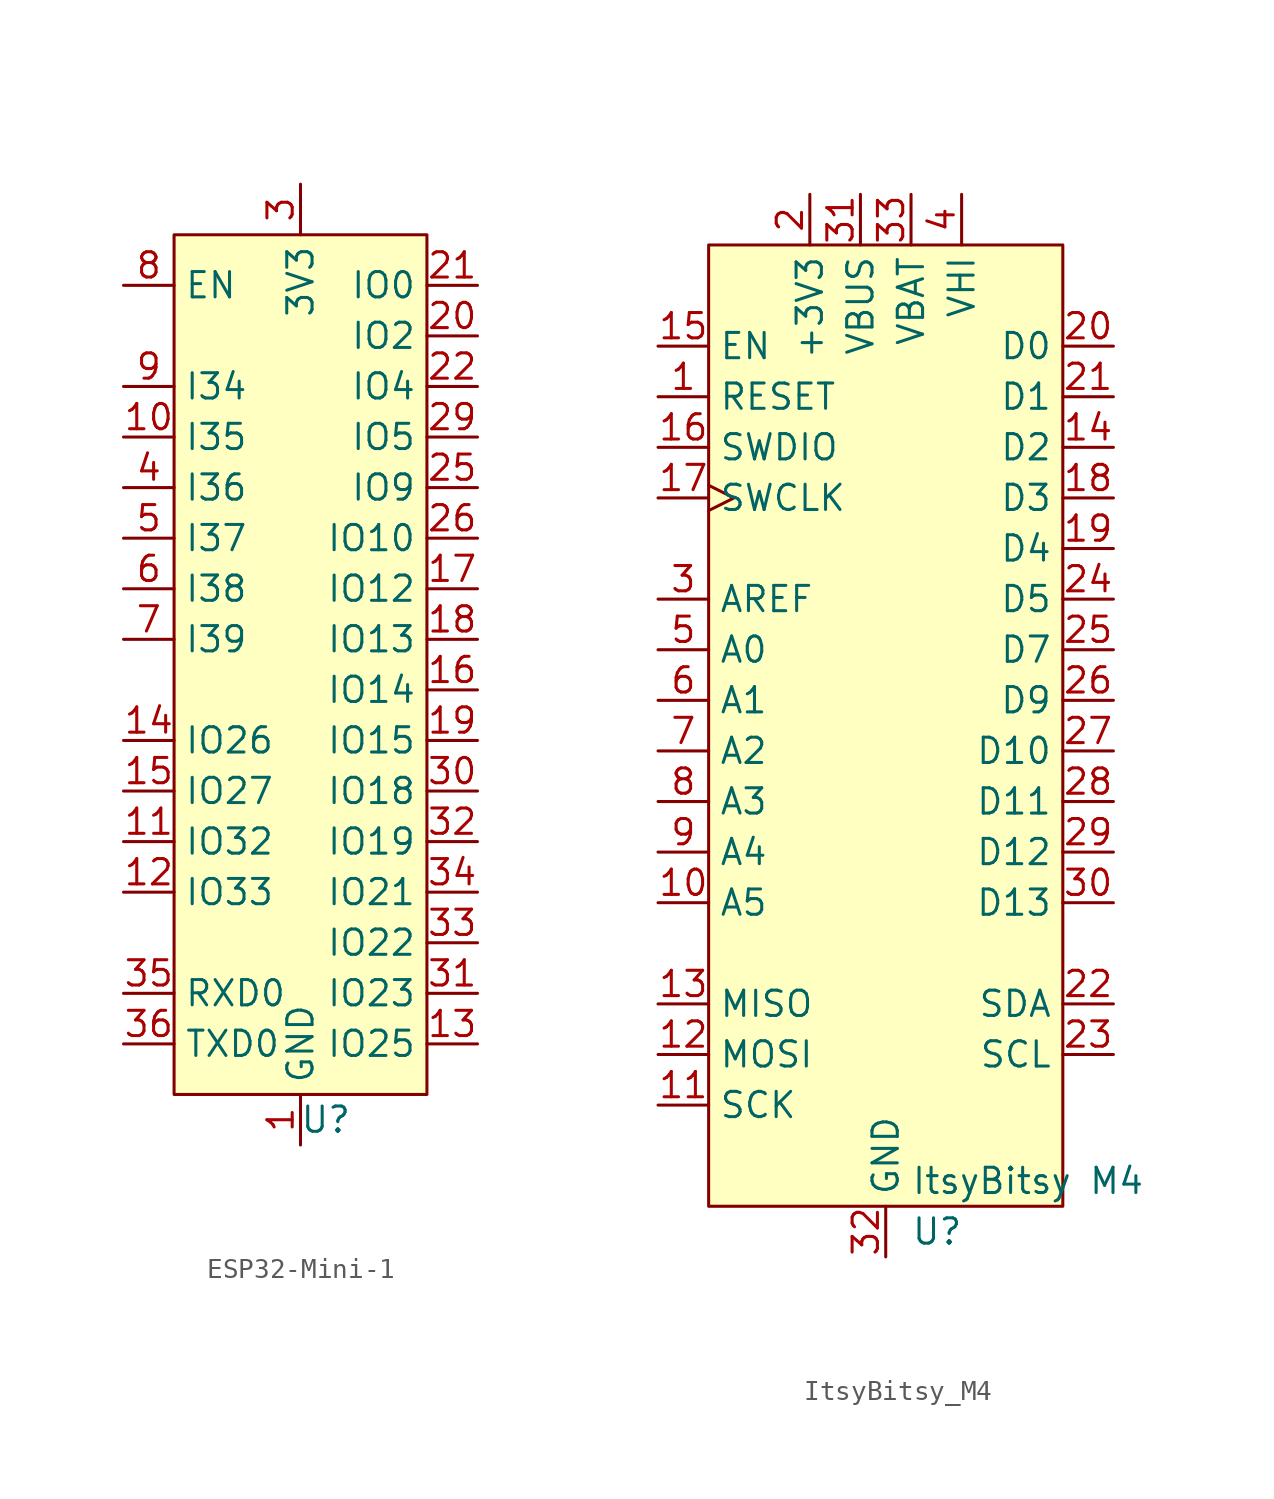
<source format=kicad_sym>
(kicad_symbol_lib
  (version 20231120)
  (generator "kicad_symbol_editor")
  (generator_version "8.0")
  (symbol "ESP32-Mini-1"
    (property "Reference" "U"
      (at 1.27 -22.86 0)
      (effects (font (size 1.27 1.27))))
    (property "Value" ""
      (at 0 -24.13 90)
      (effects (font (size 1.27 1.27))))
    (symbol "ESP32-Mini-1_0_0"
      (pin passive line (at 0 -24.13 90) (length 2.54) (name "GND" (effects (font (size 1.27 1.27)))) (number "1" (effects (font (size 1.27 1.27)))))
      (pin input line (at -8.89 11.43 0) (length 2.54) (name "I35" (effects (font (size 1.27 1.27)))) (number "10" (effects (font (size 1.27 1.27)))))
      (pin bidirectional line (at -8.89 -8.89 0) (length 2.54) (name "IO32" (effects (font (size 1.27 1.27)))) (number "11" (effects (font (size 1.27 1.27)))))
      (pin bidirectional line (at -8.89 -11.43 0) (length 2.54) (name "IO33" (effects (font (size 1.27 1.27)))) (number "12" (effects (font (size 1.27 1.27)))))
      (pin bidirectional line (at 8.89 -19.05 180) (length 2.54) (name "IO25" (effects (font (size 1.27 1.27)))) (number "13" (effects (font (size 1.27 1.27)))))
      (pin bidirectional line (at -8.89 -3.81 0) (length 2.54) (name "IO26" (effects (font (size 1.27 1.27)))) (number "14" (effects (font (size 1.27 1.27)))))
      (pin bidirectional line (at -8.89 -6.35 0) (length 2.54) (name "IO27" (effects (font (size 1.27 1.27)))) (number "15" (effects (font (size 1.27 1.27)))))
      (pin bidirectional line (at 8.89 -1.27 180) (length 2.54) (name "IO14" (effects (font (size 1.27 1.27)))) (number "16" (effects (font (size 1.27 1.27)))))
      (pin bidirectional line (at 8.89 3.81 180) (length 2.54) (name "IO12" (effects (font (size 1.27 1.27)))) (number "17" (effects (font (size 1.27 1.27)))))
      (pin bidirectional line (at 8.89 1.27 180) (length 2.54) (name "IO13" (effects (font (size 1.27 1.27)))) (number "18" (effects (font (size 1.27 1.27)))))
      (pin bidirectional line (at 8.89 -3.81 180) (length 2.54) (name "IO15" (effects (font (size 1.27 1.27)))) (number "19" (effects (font (size 1.27 1.27)))))
      (pin bidirectional line (at 8.89 16.51 180) (length 2.54) (name "IO2" (effects (font (size 1.27 1.27)))) (number "20" (effects (font (size 1.27 1.27)))))
      (pin bidirectional line (at 8.89 19.05 180) (length 2.54) (name "IO0" (effects (font (size 1.27 1.27)))) (number "21" (effects (font (size 1.27 1.27)))))
      (pin bidirectional line (at 8.89 13.97 180) (length 2.54) (name "IO4" (effects (font (size 1.27 1.27)))) (number "22" (effects (font (size 1.27 1.27)))))
      (pin bidirectional line (at 8.89 8.89 180) (length 2.54) (name "IO9" (effects (font (size 1.27 1.27)))) (number "25" (effects (font (size 1.27 1.27)))))
      (pin bidirectional line (at 8.89 6.35 180) (length 2.54) (name "IO10" (effects (font (size 1.27 1.27)))) (number "26" (effects (font (size 1.27 1.27)))))
      (pin bidirectional line (at 8.89 11.43 180) (length 2.54) (name "IO5" (effects (font (size 1.27 1.27)))) (number "29" (effects (font (size 1.27 1.27)))))
      (pin power_in line (at 0 24.13 270) (length 2.54) (name "3V3" (effects (font (size 1.27 1.27)))) (number "3" (effects (font (size 1.27 1.27)))))
      (pin bidirectional line (at 8.89 -6.35 180) (length 2.54) (name "IO18" (effects (font (size 1.27 1.27)))) (number "30" (effects (font (size 1.27 1.27)))))
      (pin bidirectional line (at 8.89 -16.51 180) (length 2.54) (name "IO23" (effects (font (size 1.27 1.27)))) (number "31" (effects (font (size 1.27 1.27)))))
      (pin bidirectional line (at 8.89 -8.89 180) (length 2.54) (name "IO19" (effects (font (size 1.27 1.27)))) (number "32" (effects (font (size 1.27 1.27)))))
      (pin bidirectional line (at 8.89 -13.97 180) (length 2.54) (name "IO22" (effects (font (size 1.27 1.27)))) (number "33" (effects (font (size 1.27 1.27)))))
      (pin bidirectional line (at 8.89 -11.43 180) (length 2.54) (name "IO21" (effects (font (size 1.27 1.27)))) (number "34" (effects (font (size 1.27 1.27)))))
      (pin input line (at -8.89 -16.51 0) (length 2.54) (name "RXD0" (effects (font (size 1.27 1.27)))) (number "35" (effects (font (size 1.27 1.27)))))
      (pin output line (at -8.89 -19.05 0) (length 2.54) (name "TXD0" (effects (font (size 1.27 1.27)))) (number "36" (effects (font (size 1.27 1.27)))))
      (pin input line (at -8.89 8.89 0) (length 2.54) (name "I36" (effects (font (size 1.27 1.27)))) (number "4" (effects (font (size 1.27 1.27)))))
      (pin input line (at -8.89 6.35 0) (length 2.54) (name "I37" (effects (font (size 1.27 1.27)))) (number "5" (effects (font (size 1.27 1.27)))))
      (pin input line (at -8.89 3.81 0) (length 2.54) (name "I38" (effects (font (size 1.27 1.27)))) (number "6" (effects (font (size 1.27 1.27)))))
      (pin input line (at -8.89 1.27 0) (length 2.54) (name "I39" (effects (font (size 1.27 1.27)))) (number "7" (effects (font (size 1.27 1.27)))))
      (pin input line (at -8.89 19.05 0) (length 2.54) (name "EN" (effects (font (size 1.27 1.27)))) (number "8" (effects (font (size 1.27 1.27)))))
      (pin input line (at -8.89 13.97 0) (length 2.54) (name "I34" (effects (font (size 1.27 1.27)))) (number "9" (effects (font (size 1.27 1.27))))))
    (symbol "ESP32-Mini-1_1_0"
      (pin passive line (at 0 -24.13 90) (length 2.54) hide (name "GND" (effects (font (size 1.27 1.27)))) (number "2" (effects (font (size 1.27 1.27)))))
      (pin no_connect line (at -8.89 -13.97 0) (length 2.54) hide (name "NC" (effects (font (size 1.27 1.27)))) (number "23" (effects (font (size 1.27 1.27)))))
      (pin no_connect line (at -8.89 -13.97 0) (length 2.54) hide (name "NC" (effects (font (size 1.27 1.27)))) (number "24" (effects (font (size 1.27 1.27)))))
      (pin passive line (at 0 -24.13 90) (length 2.54) hide (name "GND" (effects (font (size 1.27 1.27)))) (number "27" (effects (font (size 1.27 1.27)))))
      (pin no_connect line (at -8.89 -13.97 0) (length 2.54) hide (name "NC" (effects (font (size 1.27 1.27)))) (number "28" (effects (font (size 1.27 1.27)))))
      (pin no_connect line (at -8.89 -13.97 0) (length 2.54) hide (name "NC" (effects (font (size 1.27 1.27)))) (number "37" (effects (font (size 1.27 1.27)))))
      (pin passive line (at 0 -24.13 90) (length 2.54) hide (name "GND" (effects (font (size 1.27 1.27)))) (number "38" (effects (font (size 1.27 1.27)))))
      (pin passive line (at 0 -24.13 90) (length 2.54) hide (name "GND" (effects (font (size 1.27 1.27)))) (number "39" (effects (font (size 1.27 1.27)))))
      (pin passive line (at 0 -24.13 90) (length 2.54) hide (name "GND" (effects (font (size 1.27 1.27)))) (number "40" (effects (font (size 1.27 1.27)))))
      (pin passive line (at 0 -24.13 90) (length 2.54) hide (name "GND" (effects (font (size 1.27 1.27)))) (number "41" (effects (font (size 1.27 1.27)))))
      (pin passive line (at 0 -24.13 90) (length 2.54) hide (name "GND" (effects (font (size 1.27 1.27)))) (number "42" (effects (font (size 1.27 1.27)))))
      (pin passive line (at 0 -24.13 90) (length 2.54) hide (name "GND" (effects (font (size 1.27 1.27)))) (number "43" (effects (font (size 1.27 1.27)))))
      (pin passive line (at 0 -24.13 90) (length 2.54) hide (name "GND" (effects (font (size 1.27 1.27)))) (number "44" (effects (font (size 1.27 1.27)))))
      (pin passive line (at 0 -24.13 90) (length 2.54) hide (name "GND" (effects (font (size 1.27 1.27)))) (number "45" (effects (font (size 1.27 1.27)))))
      (pin passive line (at 0 -24.13 90) (length 2.54) hide (name "GND" (effects (font (size 1.27 1.27)))) (number "46" (effects (font (size 1.27 1.27)))))
      (pin passive line (at 0 -24.13 90) (length 2.54) hide (name "GND" (effects (font (size 1.27 1.27)))) (number "47" (effects (font (size 1.27 1.27)))))
      (pin passive line (at 0 -24.13 90) (length 2.54) hide (name "GND" (effects (font (size 1.27 1.27)))) (number "48" (effects (font (size 1.27 1.27)))))
      (pin passive line (at 0 -24.13 90) (length 2.54) hide (name "GND" (effects (font (size 1.27 1.27)))) (number "49" (effects (font (size 1.27 1.27)))))
      (pin passive line (at 0 -24.13 90) (length 2.54) hide (name "GND" (effects (font (size 1.27 1.27)))) (number "50" (effects (font (size 1.27 1.27)))))
      (pin passive line (at 0 -24.13 90) (length 2.54) hide (name "GND" (effects (font (size 1.27 1.27)))) (number "51" (effects (font (size 1.27 1.27)))))
      (pin passive line (at 0 -24.13 90) (length 2.54) hide (name "GND" (effects (font (size 1.27 1.27)))) (number "52" (effects (font (size 1.27 1.27)))))
      (pin passive line (at 0 -24.13 90) (length 2.54) hide (name "GND" (effects (font (size 1.27 1.27)))) (number "53" (effects (font (size 1.27 1.27)))))
      (pin passive line (at 0 -24.13 90) (length 2.54) hide (name "GND" (effects (font (size 1.27 1.27)))) (number "54" (effects (font (size 1.27 1.27)))))
      (pin passive line (at 0 -24.13 90) (length 2.54) hide (name "GND" (effects (font (size 1.27 1.27)))) (number "55" (effects (font (size 1.27 1.27))))))
    (symbol "ESP32-Mini-1_1_1"
      (rectangle (start -6.35 21.59) (end 6.35 -21.59) (stroke (width 0) (type default)) (fill (type background)))))
  (symbol "ItsyBitsy_M4"
    (property "Reference" "U"
      (at 1.27 -53.34 0)
      (effects (font (size 1.27 1.27)) (justify left)))
    (property "Value" "ItsyBitsy M4"
      (at 1.27 -50.8 0)
      (effects (font (size 1.27 1.27)) (justify left)))
    (symbol "ItsyBitsy_M4_0_1"
      (rectangle (start -8.89 -3.81) (end 8.89 -52.07) (stroke (width 0) (type default)) (fill (type background))))
    (symbol "ItsyBitsy_M4_1_1"
      (pin input line (at -11.43 -11.43 0) (length 2.54) (name "RESET" (effects (font (size 1.27 1.27)))) (number "1" (effects (font (size 1.27 1.27)))))
      (pin bidirectional line (at -11.43 -36.83 0) (length 2.54) (name "A5" (effects (font (size 1.27 1.27)))) (number "10" (effects (font (size 1.27 1.27)))))
      (pin bidirectional line (at -11.43 -46.99 0) (length 2.54) (name "SCK" (effects (font (size 1.27 1.27)))) (number "11" (effects (font (size 1.27 1.27)))))
      (pin bidirectional line (at -11.43 -44.45 0) (length 2.54) (name "MOSI" (effects (font (size 1.27 1.27)))) (number "12" (effects (font (size 1.27 1.27)))))
      (pin bidirectional line (at -11.43 -41.91 0) (length 2.54) (name "MISO" (effects (font (size 1.27 1.27)))) (number "13" (effects (font (size 1.27 1.27)))))
      (pin bidirectional line (at 11.43 -13.97 180) (length 2.54) (name "D2" (effects (font (size 1.27 1.27)))) (number "14" (effects (font (size 1.27 1.27)))))
      (pin input line (at -11.43 -8.89 0) (length 2.54) (name "EN" (effects (font (size 1.27 1.27)))) (number "15" (effects (font (size 1.27 1.27)))))
      (pin bidirectional line (at -11.43 -13.97 0) (length 2.54) (name "SWDIO" (effects (font (size 1.27 1.27)))) (number "16" (effects (font (size 1.27 1.27)))))
      (pin input clock (at -11.43 -16.51 0) (length 2.54) (name "SWCLK" (effects (font (size 1.27 1.27)))) (number "17" (effects (font (size 1.27 1.27)))))
      (pin bidirectional line (at 11.43 -16.51 180) (length 2.54) (name "D3" (effects (font (size 1.27 1.27)))) (number "18" (effects (font (size 1.27 1.27)))))
      (pin bidirectional line (at 11.43 -19.05 180) (length 2.54) (name "D4" (effects (font (size 1.27 1.27)))) (number "19" (effects (font (size 1.27 1.27)))))
      (pin power_out line (at -3.81 -1.27 270) (length 2.54) (name "+3V3" (effects (font (size 1.27 1.27)))) (number "2" (effects (font (size 1.27 1.27)))))
      (pin bidirectional line (at 11.43 -8.89 180) (length 2.54) (name "D0" (effects (font (size 1.27 1.27)))) (number "20" (effects (font (size 1.27 1.27)))))
      (pin bidirectional line (at 11.43 -11.43 180) (length 2.54) (name "D1" (effects (font (size 1.27 1.27)))) (number "21" (effects (font (size 1.27 1.27)))))
      (pin bidirectional line (at 11.43 -41.91 180) (length 2.54) (name "SDA" (effects (font (size 1.27 1.27)))) (number "22" (effects (font (size 1.27 1.27)))))
      (pin bidirectional line (at 11.43 -44.45 180) (length 2.54) (name "SCL" (effects (font (size 1.27 1.27)))) (number "23" (effects (font (size 1.27 1.27)))))
      (pin bidirectional line (at 11.43 -21.59 180) (length 2.54) (name "D5" (effects (font (size 1.27 1.27)))) (number "24" (effects (font (size 1.27 1.27)))))
      (pin bidirectional line (at 11.43 -24.13 180) (length 2.54) (name "D7" (effects (font (size 1.27 1.27)))) (number "25" (effects (font (size 1.27 1.27)))))
      (pin bidirectional line (at 11.43 -26.67 180) (length 2.54) (name "D9" (effects (font (size 1.27 1.27)))) (number "26" (effects (font (size 1.27 1.27)))))
      (pin bidirectional line (at 11.43 -29.21 180) (length 2.54) (name "D10" (effects (font (size 1.27 1.27)))) (number "27" (effects (font (size 1.27 1.27)))))
      (pin bidirectional line (at 11.43 -31.75 180) (length 2.54) (name "D11" (effects (font (size 1.27 1.27)))) (number "28" (effects (font (size 1.27 1.27)))))
      (pin bidirectional line (at 11.43 -34.29 180) (length 2.54) (name "D12" (effects (font (size 1.27 1.27)))) (number "29" (effects (font (size 1.27 1.27)))))
      (pin output line (at -11.43 -21.59 0) (length 2.54) (name "AREF" (effects (font (size 1.27 1.27)))) (number "3" (effects (font (size 1.27 1.27)))))
      (pin bidirectional line (at 11.43 -36.83 180) (length 2.54) (name "D13" (effects (font (size 1.27 1.27)))) (number "30" (effects (font (size 1.27 1.27)))))
      (pin power_out line (at -1.27 -1.27 270) (length 2.54) (name "VBUS" (effects (font (size 1.27 1.27)))) (number "31" (effects (font (size 1.27 1.27)))))
      (pin passive line (at 0 -54.61 90) (length 2.54) (name "GND" (effects (font (size 1.27 1.27)))) (number "32" (effects (font (size 1.27 1.27)))))
      (pin power_in line (at 1.27 -1.27 270) (length 2.54) (name "VBAT" (effects (font (size 1.27 1.27)))) (number "33" (effects (font (size 1.27 1.27)))))
      (pin power_out line (at 3.81 -1.27 270) (length 2.54) (name "VHI" (effects (font (size 1.27 1.27)))) (number "4" (effects (font (size 1.27 1.27)))))
      (pin bidirectional line (at -11.43 -24.13 0) (length 2.54) (name "A0" (effects (font (size 1.27 1.27)))) (number "5" (effects (font (size 1.27 1.27)))))
      (pin bidirectional line (at -11.43 -26.67 0) (length 2.54) (name "A1" (effects (font (size 1.27 1.27)))) (number "6" (effects (font (size 1.27 1.27)))))
      (pin bidirectional line (at -11.43 -29.21 0) (length 2.54) (name "A2" (effects (font (size 1.27 1.27)))) (number "7" (effects (font (size 1.27 1.27)))))
      (pin bidirectional line (at -11.43 -31.75 0) (length 2.54) (name "A3" (effects (font (size 1.27 1.27)))) (number "8" (effects (font (size 1.27 1.27)))))
      (pin bidirectional line (at -11.43 -34.29 0) (length 2.54) (name "A4" (effects (font (size 1.27 1.27)))) (number "9" (effects (font (size 1.27 1.27))))))))
</source>
